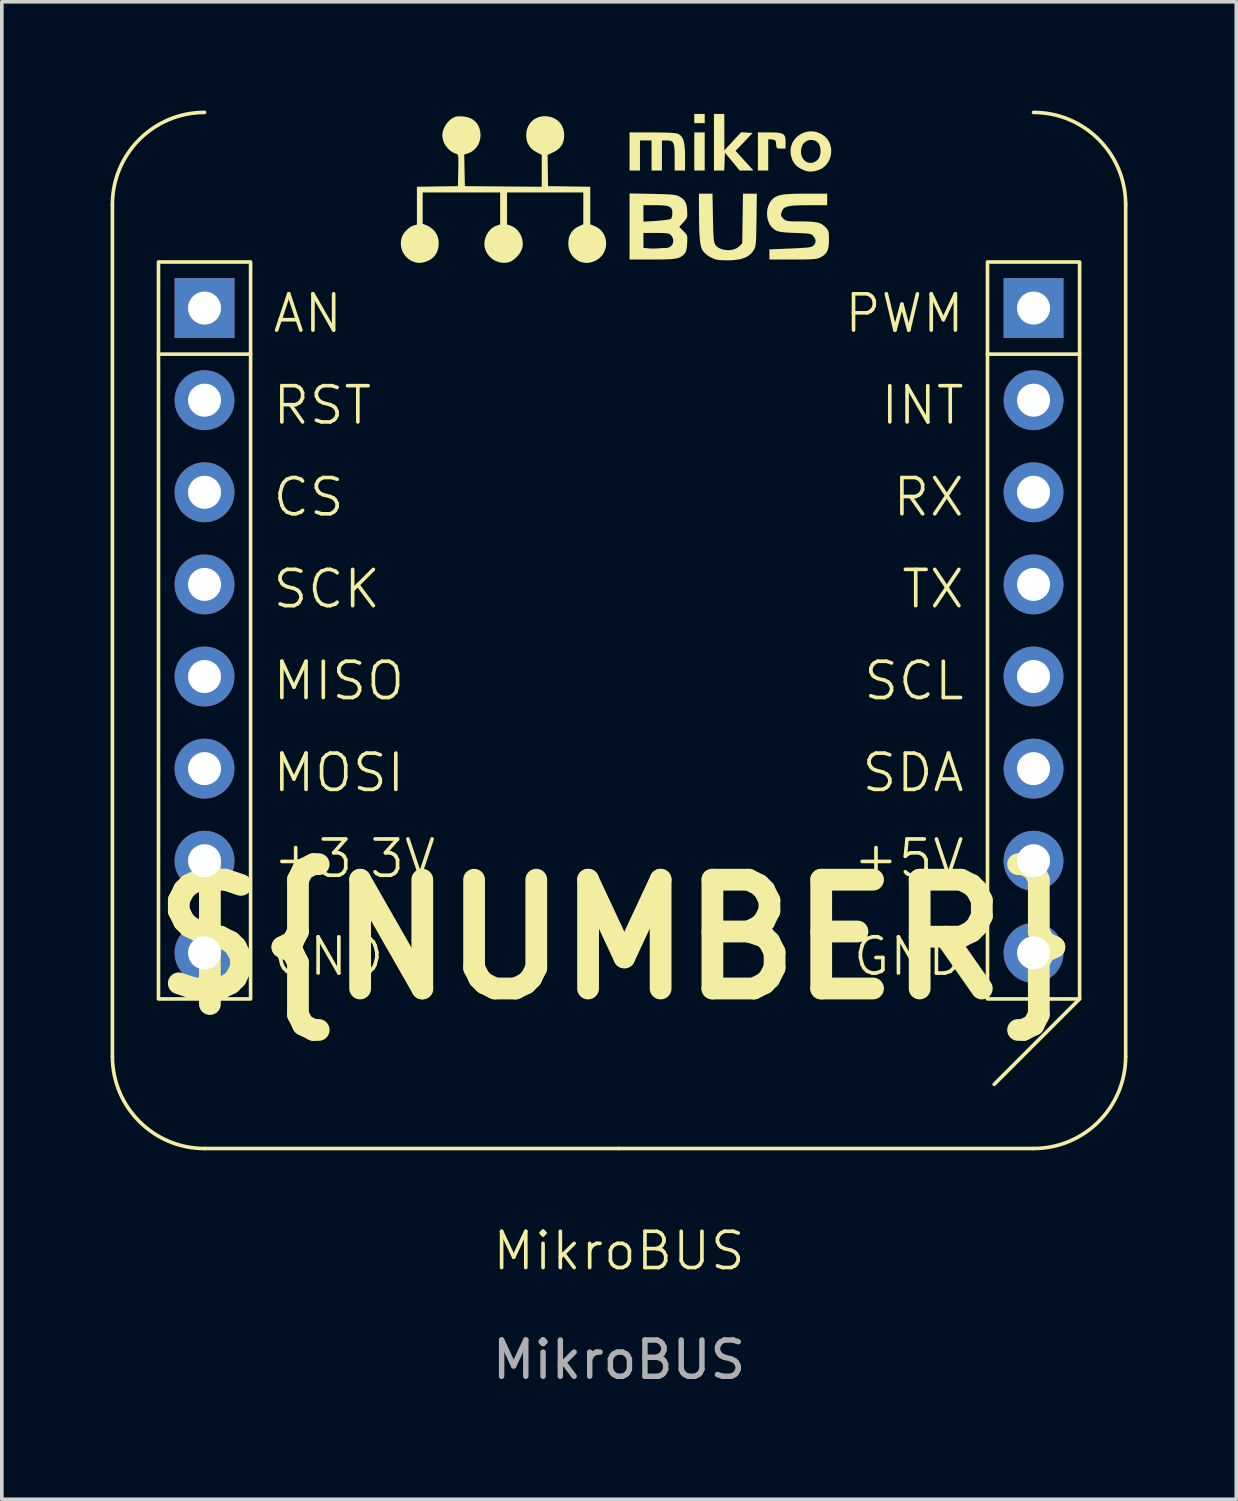
<source format=kicad_pcb>
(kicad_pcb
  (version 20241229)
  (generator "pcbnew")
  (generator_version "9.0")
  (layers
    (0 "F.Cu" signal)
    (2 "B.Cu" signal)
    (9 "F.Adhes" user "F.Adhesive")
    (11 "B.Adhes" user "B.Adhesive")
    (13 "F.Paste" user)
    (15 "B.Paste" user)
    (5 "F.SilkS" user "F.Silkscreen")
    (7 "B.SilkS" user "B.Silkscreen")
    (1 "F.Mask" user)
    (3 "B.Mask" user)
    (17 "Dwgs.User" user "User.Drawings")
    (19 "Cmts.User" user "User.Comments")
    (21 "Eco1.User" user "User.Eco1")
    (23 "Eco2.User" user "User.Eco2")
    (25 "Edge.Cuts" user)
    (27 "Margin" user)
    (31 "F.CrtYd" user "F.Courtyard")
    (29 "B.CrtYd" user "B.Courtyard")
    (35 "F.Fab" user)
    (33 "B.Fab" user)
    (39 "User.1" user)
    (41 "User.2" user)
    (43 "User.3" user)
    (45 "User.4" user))
  (footprint "MikroBUS"
    (layer "F.Cu")
    (at 14.02 5.445)
    (property "Reference" "MikroBUS" (at 0 26 0) (unlocked yes) (layer "F.SilkS") (effects (font (size 1 1) (thickness 0.1))))
    (attr smd)
    (fp_line (start -13.97 20.635) (end -13.97 -2.855) (stroke (width 0.1) (type default)) (layer "F.SilkS"))
    (fp_line (start -12.7 1.27) (end -10.16 1.27) (stroke (width 0.1) (type solid)) (layer "F.SilkS"))
    (fp_line (start 0 23.175) (end -11.43 23.175) (stroke (width 0.1) (type solid)) (layer "F.SilkS"))
    (fp_line (start 0 23.175) (end 11.43 23.175) (stroke (width 0.1) (type solid)) (layer "F.SilkS"))
    (fp_line (start 10.16 1.27) (end 12.7 1.27) (stroke (width 0.1) (type default)) (layer "F.SilkS"))
    (fp_line (start 12.7 19.05) (end 10.345 21.405) (stroke (width 0.1) (type solid)) (layer "F.SilkS"))
    (fp_line (start 13.97 20.635) (end 13.97 -2.855) (stroke (width 0.1) (type default)) (layer "F.SilkS"))
    (fp_rect (start -12.7 -1.27) (end -10.16 19.05) (stroke (width 0.1) (type solid)) (fill no) (layer "F.SilkS"))
    (fp_rect (start 10.16 -1.27) (end 12.7 19.05) (stroke (width 0.1) (type solid)) (fill no) (layer "F.SilkS"))
    (fp_arc (start -13.97 -2.855) (mid -13.226051 -4.651051) (end -11.43 -5.395) (stroke (width 0.1) (type default)) (layer "F.SilkS"))
    (fp_arc (start -11.43 23.175) (mid -13.226051 22.431051) (end -13.97 20.635) (stroke (width 0.1) (type default)) (layer "F.SilkS"))
    (fp_arc (start 11.43 -5.395) (mid 13.226051 -4.651051) (end 13.97 -2.855) (stroke (width 0.1) (type default)) (layer "F.SilkS"))
    (fp_arc (start 13.97 20.635) (mid 13.226051 22.431051) (end 11.43 23.175) (stroke (width 0.1) (type default)) (layer "F.SilkS"))
    (fp_poly (pts (xy 2.362 -5.227) (xy 2.362 -5.099) (xy 2.218 -5.099) (xy 2.075 -5.099) (xy 2.075 -5.227) (xy 2.075 -5.354) (xy 2.218 -5.354) (xy 2.362 -5.354)) (stroke (width 0) (type solid)) (fill yes) (layer "F.SilkS"))
    (fp_poly (pts (xy 2.362 -4.318) (xy 2.362 -3.793) (xy 2.218 -3.793) (xy 2.075 -3.793) (xy 2.075 -4.318) (xy 2.075 -4.844) (xy 2.218 -4.844) (xy 2.362 -4.844)) (stroke (width 0) (type solid)) (fill yes) (layer "F.SilkS"))
    (fp_poly (pts (xy 2.904 -4.852) (xy 2.904 -4.35) (xy 3.135 -4.6) (xy 3.366 -4.849) (xy 3.525 -4.839) (xy 3.684 -4.828) (xy 3.449 -4.582) (xy 3.213 -4.336) (xy 3.46 -4.064) (xy 3.706 -3.793) (xy 3.516 -3.793) (xy 3.326 -3.793) (xy 3.123 -4.039) (xy 2.919 -4.285) (xy 2.91 -4.039) (xy 2.901 -3.793) (xy 2.759 -3.793) (xy 2.617 -3.793) (xy 2.617 -4.573) (xy 2.617 -5.354) (xy 2.76 -5.354) (xy 2.903 -5.354)) (stroke (width 0) (type solid)) (fill yes) (layer "F.SilkS"))
    (fp_poly (pts (xy 0.92 -4.844) (xy 1.074 -4.843) (xy 1.208 -4.841) (xy 1.322 -4.838) (xy 1.418 -4.834) (xy 1.496 -4.828) (xy 1.556 -4.821) (xy 1.6 -4.813) (xy 1.616 -4.808) (xy 1.629 -4.803) (xy 1.642 -4.796) (xy 1.655 -4.789) (xy 1.667 -4.781) (xy 1.679 -4.772) (xy 1.69 -4.763) (xy 1.701 -4.753) (xy 1.711 -4.743) (xy 1.72 -4.731) (xy 1.729 -4.72) (xy 1.738 -4.707) (xy 1.746 -4.693) (xy 1.753 -4.679) (xy 1.761 -4.664) (xy 1.767 -4.648) (xy 1.773 -4.631) (xy 1.779 -4.613) (xy 1.784 -4.594) (xy 1.789 -4.574) (xy 1.794 -4.553) (xy 1.798 -4.531) (xy 1.802 -4.508) (xy 1.805 -4.484) (xy 1.808 -4.458) (xy 1.81 -4.431) (xy 1.815 -4.373) (xy 1.818 -4.31) (xy 1.819 -4.242) (xy 1.82 -4.167) (xy 1.82 -3.793) (xy 1.676 -3.793) (xy 1.533 -3.793) (xy 1.533 -4.157) (xy 1.532 -4.297) (xy 1.53 -4.355) (xy 1.526 -4.406) (xy 1.522 -4.45) (xy 1.515 -4.488) (xy 1.507 -4.519) (xy 1.502 -4.533) (xy 1.496 -4.546) (xy 1.49 -4.557) (xy 1.484 -4.567) (xy 1.476 -4.577) (xy 1.468 -4.585) (xy 1.459 -4.592) (xy 1.45 -4.598) (xy 1.44 -4.603) (xy 1.429 -4.607) (xy 1.404 -4.614) (xy 1.376 -4.618) (xy 1.344 -4.621) (xy 1.308 -4.621) (xy 1.182 -4.621) (xy 1.182 -4.207) (xy 1.182 -3.793) (xy 1.039 -3.793) (xy 0.896 -3.793) (xy 0.896 -4.207) (xy 0.896 -4.621) (xy 0.736 -4.621) (xy 0.577 -4.621) (xy 0.577 -4.207) (xy 0.577 -3.793) (xy 0.433 -3.793) (xy 0.29 -3.793) (xy 0.29 -4.318) (xy 0.29 -4.844)) (stroke (width 0) (type solid)) (fill yes) (layer "F.SilkS"))
    (fp_poly (pts (xy 4.211 -4.844) (xy 4.275 -4.842) (xy 4.331 -4.84) (xy 4.38 -4.836) (xy 4.423 -4.83) (xy 4.46 -4.822) (xy 4.476 -4.817) (xy 4.491 -4.812) (xy 4.505 -4.806) (xy 4.517 -4.799) (xy 4.528 -4.791) (xy 4.538 -4.783) (xy 4.547 -4.774) (xy 4.555 -4.764) (xy 4.562 -4.754) (xy 4.569 -4.742) (xy 4.574 -4.73) (xy 4.578 -4.717) (xy 4.585 -4.687) (xy 4.59 -4.653) (xy 4.592 -4.615) (xy 4.592 -4.572) (xy 4.592 -4.398) (xy 4.467 -4.398) (xy 4.445 -4.398) (xy 4.426 -4.398) (xy 4.41 -4.399) (xy 4.396 -4.4) (xy 4.389 -4.401) (xy 4.383 -4.402) (xy 4.378 -4.404) (xy 4.373 -4.405) (xy 4.368 -4.407) (xy 4.364 -4.409) (xy 4.36 -4.412) (xy 4.357 -4.414) (xy 4.354 -4.417) (xy 4.351 -4.421) (xy 4.349 -4.424) (xy 4.346 -4.429) (xy 4.344 -4.433) (xy 4.343 -4.438) (xy 4.341 -4.444) (xy 4.34 -4.45) (xy 4.337 -4.463) (xy 4.335 -4.479) (xy 4.333 -4.497) (xy 4.331 -4.518) (xy 4.33 -4.537) (xy 4.328 -4.554) (xy 4.326 -4.569) (xy 4.323 -4.583) (xy 4.322 -4.589) (xy 4.32 -4.594) (xy 4.318 -4.599) (xy 4.317 -4.604) (xy 4.314 -4.609) (xy 4.312 -4.613) (xy 4.31 -4.616) (xy 4.307 -4.62) (xy 4.304 -4.623) (xy 4.301 -4.626) (xy 4.297 -4.628) (xy 4.293 -4.631) (xy 4.289 -4.633) (xy 4.284 -4.635) (xy 4.28 -4.637) (xy 4.274 -4.638) (xy 4.263 -4.641) (xy 4.25 -4.643) (xy 4.235 -4.645) (xy 4.218 -4.647) (xy 4.114 -4.657) (xy 4.114 -4.225) (xy 4.114 -3.793) (xy 3.971 -3.793) (xy 3.828 -3.793) (xy 3.828 -4.318) (xy 3.828 -4.844) (xy 4.139 -4.844)) (stroke (width 0) (type solid)) (fill yes) (layer "F.SilkS"))
    (fp_poly (pts (xy 2.589 -2.492) (xy 2.598 -2.15) (xy 2.603 -2.029) (xy 2.609 -1.936) (xy 2.617 -1.865) (xy 2.628 -1.813) (xy 2.633 -1.793) (xy 2.64 -1.775) (xy 2.648 -1.759) (xy 2.656 -1.746) (xy 2.667 -1.73) (xy 2.68 -1.714) (xy 2.695 -1.7) (xy 2.711 -1.687) (xy 2.728 -1.674) (xy 2.746 -1.663) (xy 2.765 -1.652) (xy 2.785 -1.642) (xy 2.806 -1.634) (xy 2.827 -1.626) (xy 2.85 -1.619) (xy 2.873 -1.613) (xy 2.896 -1.608) (xy 2.92 -1.604) (xy 2.969 -1.599) (xy 3.018 -1.597) (xy 3.042 -1.598) (xy 3.066 -1.6) (xy 3.09 -1.603) (xy 3.114 -1.607) (xy 3.137 -1.612) (xy 3.16 -1.618) (xy 3.182 -1.625) (xy 3.204 -1.633) (xy 3.225 -1.641) (xy 3.245 -1.652) (xy 3.263 -1.663) (xy 3.281 -1.675) (xy 3.298 -1.688) (xy 3.313 -1.702) (xy 3.397 -1.786) (xy 3.407 -2.471) (xy 3.417 -3.155) (xy 3.608 -3.155) (xy 3.8 -3.155) (xy 3.79 -2.43) (xy 3.783 -2.023) (xy 3.778 -1.889) (xy 3.771 -1.792) (xy 3.766 -1.754) (xy 3.761 -1.721) (xy 3.755 -1.694) (xy 3.748 -1.669) (xy 3.74 -1.648) (xy 3.73 -1.628) (xy 3.707 -1.588) (xy 3.696 -1.572) (xy 3.685 -1.556) (xy 3.674 -1.541) (xy 3.661 -1.526) (xy 3.649 -1.512) (xy 3.635 -1.498) (xy 3.621 -1.485) (xy 3.607 -1.473) (xy 3.592 -1.461) (xy 3.576 -1.449) (xy 3.56 -1.438) (xy 3.543 -1.427) (xy 3.525 -1.417) (xy 3.507 -1.408) (xy 3.489 -1.399) (xy 3.469 -1.39) (xy 3.449 -1.382) (xy 3.428 -1.375) (xy 3.407 -1.368) (xy 3.385 -1.361) (xy 3.362 -1.355) (xy 3.338 -1.349) (xy 3.289 -1.339) (xy 3.237 -1.331) (xy 3.182 -1.325) (xy 3.124 -1.32) (xy 3.063 -1.318) (xy 3.007 -1.317) (xy 2.95 -1.317) (xy 2.894 -1.318) (xy 2.842 -1.32) (xy 2.794 -1.322) (xy 2.752 -1.326) (xy 2.717 -1.33) (xy 2.691 -1.335) (xy 2.691 -1.335) (xy 2.664 -1.343) (xy 2.637 -1.352) (xy 2.61 -1.362) (xy 2.583 -1.373) (xy 2.556 -1.386) (xy 2.53 -1.399) (xy 2.504 -1.413) (xy 2.479 -1.428) (xy 2.455 -1.444) (xy 2.432 -1.461) (xy 2.41 -1.478) (xy 2.389 -1.495) (xy 2.369 -1.514) (xy 2.351 -1.532) (xy 2.334 -1.551) (xy 2.319 -1.57) (xy 2.303 -1.593) (xy 2.296 -1.605) (xy 2.289 -1.619) (xy 2.283 -1.633) (xy 2.277 -1.648) (xy 2.265 -1.681) (xy 2.255 -1.719) (xy 2.246 -1.762) (xy 2.238 -1.811) (xy 2.231 -1.866) (xy 2.225 -1.927) (xy 2.22 -1.996) (xy 2.215 -2.072) (xy 2.212 -2.157) (xy 2.209 -2.25) (xy 2.207 -2.353) (xy 2.205 -2.589) (xy 2.202 -3.155) (xy 2.39 -3.155) (xy 2.577 -3.155)) (stroke (width 0) (type solid)) (fill yes) (layer "F.SilkS"))
    (fp_poly (pts (xy 5.357 -4.87) (xy 5.401 -4.864) (xy 5.445 -4.854) (xy 5.488 -4.84) (xy 5.531 -4.822) (xy 5.574 -4.801) (xy 5.616 -4.775) (xy 5.656 -4.746) (xy 5.686 -4.72) (xy 5.714 -4.693) (xy 5.738 -4.665) (xy 5.76 -4.635) (xy 5.78 -4.603) (xy 5.797 -4.571) (xy 5.812 -4.537) (xy 5.824 -4.503) (xy 5.834 -4.468) (xy 5.842 -4.432) (xy 5.847 -4.396) (xy 5.85 -4.36) (xy 5.85 -4.324) (xy 5.849 -4.287) (xy 5.845 -4.251) (xy 5.839 -4.215) (xy 5.831 -4.18) (xy 5.82 -4.145) (xy 5.808 -4.111) (xy 5.794 -4.077) (xy 5.777 -4.045) (xy 5.758 -4.014) (xy 5.738 -3.984) (xy 5.715 -3.955) (xy 5.691 -3.928) (xy 5.664 -3.903) (xy 5.636 -3.88) (xy 5.606 -3.858) (xy 5.574 -3.839) (xy 5.54 -3.822) (xy 5.505 -3.808) (xy 5.467 -3.796) (xy 5.436 -3.787) (xy 5.405 -3.78) (xy 5.377 -3.774) (xy 5.35 -3.77) (xy 5.324 -3.766) (xy 5.299 -3.765) (xy 5.274 -3.764) (xy 5.251 -3.765) (xy 5.227 -3.767) (xy 5.204 -3.77) (xy 5.18 -3.775) (xy 5.157 -3.781) (xy 5.132 -3.789) (xy 5.108 -3.798) (xy 5.082 -3.809) (xy 5.055 -3.821) (xy 5.023 -3.836) (xy 4.994 -3.852) (xy 4.967 -3.868) (xy 4.941 -3.885) (xy 4.917 -3.903) (xy 4.895 -3.922) (xy 4.874 -3.942) (xy 4.855 -3.963) (xy 4.837 -3.985) (xy 4.821 -4.009) (xy 4.806 -4.033) (xy 4.792 -4.059) (xy 4.779 -4.087) (xy 4.768 -4.116) (xy 4.758 -4.146) (xy 4.748 -4.178) (xy 4.738 -4.227) (xy 4.731 -4.274) (xy 4.73 -4.301) (xy 5.017 -4.301) (xy 5.019 -4.273) (xy 5.023 -4.246) (xy 5.029 -4.22) (xy 5.036 -4.195) (xy 5.045 -4.172) (xy 5.056 -4.149) (xy 5.068 -4.128) (xy 5.081 -4.108) (xy 5.096 -4.09) (xy 5.112 -4.073) (xy 5.129 -4.058) (xy 5.147 -4.045) (xy 5.166 -4.033) (xy 5.186 -4.023) (xy 5.207 -4.015) (xy 5.228 -4.009) (xy 5.25 -4.005) (xy 5.272 -4.003) (xy 5.295 -4.003) (xy 5.318 -4.005) (xy 5.341 -4.01) (xy 5.365 -4.017) (xy 5.388 -4.027) (xy 5.411 -4.04) (xy 5.434 -4.055) (xy 5.457 -4.072) (xy 5.48 -4.093) (xy 5.487 -4.101) (xy 5.495 -4.11) (xy 5.502 -4.12) (xy 5.508 -4.131) (xy 5.515 -4.142) (xy 5.52 -4.154) (xy 5.531 -4.179) (xy 5.539 -4.207) (xy 5.546 -4.235) (xy 5.551 -4.265) (xy 5.555 -4.296) (xy 5.556 -4.327) (xy 5.556 -4.358) (xy 5.553 -4.388) (xy 5.549 -4.418) (xy 5.543 -4.447) (xy 5.535 -4.473) (xy 5.53 -4.486) (xy 5.524 -4.498) (xy 5.519 -4.51) (xy 5.512 -4.521) (xy 5.501 -4.537) (xy 5.489 -4.553) (xy 5.476 -4.566) (xy 5.462 -4.579) (xy 5.447 -4.59) (xy 5.432 -4.6) (xy 5.416 -4.609) (xy 5.4 -4.617) (xy 5.383 -4.623) (xy 5.366 -4.628) (xy 5.349 -4.632) (xy 5.331 -4.635) (xy 5.313 -4.636) (xy 5.295 -4.637) (xy 5.277 -4.636) (xy 5.259 -4.634) (xy 5.242 -4.63) (xy 5.224 -4.626) (xy 5.207 -4.621) (xy 5.19 -4.614) (xy 5.174 -4.606) (xy 5.158 -4.597) (xy 5.142 -4.587) (xy 5.127 -4.577) (xy 5.113 -4.564) (xy 5.1 -4.551) (xy 5.087 -4.537) (xy 5.076 -4.522) (xy 5.065 -4.506) (xy 5.056 -4.488) (xy 5.048 -4.47) (xy 5.04 -4.451) (xy 5.031 -4.42) (xy 5.024 -4.389) (xy 5.02 -4.359) (xy 5.018 -4.329) (xy 5.017 -4.301) (xy 4.73 -4.301) (xy 4.728 -4.321) (xy 4.73 -4.366) (xy 4.735 -4.41) (xy 4.744 -4.453) (xy 4.756 -4.494) (xy 4.771 -4.534) (xy 4.789 -4.572) (xy 4.811 -4.609) (xy 4.835 -4.643) (xy 4.861 -4.676) (xy 4.89 -4.706) (xy 4.921 -4.735) (xy 4.954 -4.761) (xy 4.989 -4.784) (xy 5.025 -4.805) (xy 5.063 -4.824) (xy 5.103 -4.839) (xy 5.143 -4.852) (xy 5.185 -4.862) (xy 5.227 -4.869) (xy 5.27 -4.873) (xy 5.313 -4.873)) (stroke (width 0) (type solid)) (fill yes) (layer "F.SilkS"))
    (fp_poly (pts (xy 0.92 -3.149) (xy 1.091 -3.145) (xy 1.233 -3.141) (xy 1.349 -3.136) (xy 1.441 -3.129) (xy 1.514 -3.121) (xy 1.57 -3.111) (xy 1.592 -3.106) (xy 1.612 -3.1) (xy 1.629 -3.093) (xy 1.645 -3.086) (xy 1.675 -3.068) (xy 1.703 -3.051) (xy 1.729 -3.034) (xy 1.74 -3.025) (xy 1.751 -3.016) (xy 1.762 -3.007) (xy 1.772 -2.998) (xy 1.781 -2.989) (xy 1.79 -2.979) (xy 1.798 -2.969) (xy 1.806 -2.959) (xy 1.813 -2.949) (xy 1.82 -2.938) (xy 1.827 -2.926) (xy 1.832 -2.915) (xy 1.838 -2.903) (xy 1.843 -2.89) (xy 1.848 -2.877) (xy 1.852 -2.864) (xy 1.856 -2.85) (xy 1.859 -2.835) (xy 1.866 -2.804) (xy 1.871 -2.771) (xy 1.875 -2.734) (xy 1.878 -2.695) (xy 1.881 -2.63) (xy 1.882 -2.603) (xy 1.883 -2.579) (xy 1.882 -2.558) (xy 1.88 -2.538) (xy 1.877 -2.52) (xy 1.873 -2.504) (xy 1.867 -2.488) (xy 1.86 -2.473) (xy 1.851 -2.458) (xy 1.84 -2.442) (xy 1.827 -2.425) (xy 1.812 -2.407) (xy 1.775 -2.366) (xy 1.66 -2.238) (xy 1.775 -2.123) (xy 1.795 -2.102) (xy 1.813 -2.084) (xy 1.828 -2.068) (xy 1.835 -2.06) (xy 1.841 -2.053) (xy 1.847 -2.045) (xy 1.852 -2.038) (xy 1.857 -2.031) (xy 1.861 -2.024) (xy 1.865 -2.016) (xy 1.868 -2.009) (xy 1.871 -2.001) (xy 1.874 -1.993) (xy 1.876 -1.985) (xy 1.878 -1.977) (xy 1.88 -1.968) (xy 1.881 -1.958) (xy 1.882 -1.949) (xy 1.883 -1.938) (xy 1.883 -1.927) (xy 1.883 -1.915) (xy 1.883 -1.889) (xy 1.882 -1.859) (xy 1.878 -1.787) (xy 1.874 -1.73) (xy 1.872 -1.704) (xy 1.869 -1.68) (xy 1.866 -1.658) (xy 1.863 -1.637) (xy 1.859 -1.618) (xy 1.854 -1.6) (xy 1.85 -1.583) (xy 1.845 -1.568) (xy 1.839 -1.554) (xy 1.833 -1.54) (xy 1.826 -1.528) (xy 1.819 -1.517) (xy 1.811 -1.506) (xy 1.803 -1.496) (xy 1.791 -1.483) (xy 1.78 -1.471) (xy 1.768 -1.46) (xy 1.756 -1.449) (xy 1.744 -1.439) (xy 1.732 -1.43) (xy 1.718 -1.421) (xy 1.705 -1.413) (xy 1.69 -1.405) (xy 1.675 -1.398) (xy 1.659 -1.391) (xy 1.641 -1.385) (xy 1.623 -1.38) (xy 1.603 -1.374) (xy 1.582 -1.37) (xy 1.559 -1.365) (xy 1.535 -1.361) (xy 1.509 -1.358) (xy 1.482 -1.355) (xy 1.452 -1.352) (xy 1.421 -1.349) (xy 1.387 -1.347) (xy 1.313 -1.344) (xy 1.23 -1.341) (xy 1.136 -1.34) (xy 1.03 -1.339) (xy 0.913 -1.339) (xy 0.29 -1.339) (xy 0.29 -1.866) (xy 0.673 -1.866) (xy 0.673 -1.661) (xy 0.808 -1.647) (xy 0.837 -1.645) (xy 0.869 -1.643) (xy 0.903 -1.642) (xy 0.936 -1.641) (xy 0.969 -1.641) (xy 1.001 -1.642) (xy 1.03 -1.643) (xy 1.055 -1.645) (xy 1.08 -1.647) (xy 1.108 -1.65) (xy 1.169 -1.653) (xy 1.23 -1.656) (xy 1.259 -1.657) (xy 1.285 -1.657) (xy 1.285 -1.657) (xy 1.304 -1.658) (xy 1.321 -1.659) (xy 1.338 -1.663) (xy 1.355 -1.667) (xy 1.37 -1.672) (xy 1.385 -1.678) (xy 1.398 -1.685) (xy 1.411 -1.694) (xy 1.424 -1.702) (xy 1.435 -1.712) (xy 1.445 -1.723) (xy 1.454 -1.734) (xy 1.463 -1.746) (xy 1.47 -1.758) (xy 1.477 -1.771) (xy 1.482 -1.784) (xy 1.487 -1.798) (xy 1.49 -1.813) (xy 1.493 -1.827) (xy 1.494 -1.842) (xy 1.494 -1.857) (xy 1.493 -1.872) (xy 1.491 -1.887) (xy 1.488 -1.903) (xy 1.484 -1.918) (xy 1.478 -1.933) (xy 1.472 -1.949) (xy 1.464 -1.964) (xy 1.454 -1.979) (xy 1.444 -1.993) (xy 1.432 -2.008) (xy 1.419 -2.022) (xy 1.415 -2.025) (xy 1.411 -2.029) (xy 1.407 -2.032) (xy 1.402 -2.035) (xy 1.397 -2.038) (xy 1.391 -2.041) (xy 1.385 -2.043) (xy 1.379 -2.046) (xy 1.372 -2.048) (xy 1.364 -2.051) (xy 1.357 -2.053) (xy 1.348 -2.055) (xy 1.329 -2.058) (xy 1.308 -2.061) (xy 1.284 -2.064) (xy 1.257 -2.066) (xy 1.227 -2.068) (xy 1.193 -2.069) (xy 1.156 -2.07) (xy 1.115 -2.071) (xy 1.07 -2.071) (xy 1.021 -2.072) (xy 0.673 -2.072) (xy 0.673 -1.866) (xy 0.29 -1.866) (xy 0.29 -2.25) (xy 0.29 -2.609) (xy 0.673 -2.609) (xy 0.673 -2.382) (xy 1.031 -2.405) (xy 1.104 -2.41) (xy 1.173 -2.417) (xy 1.238 -2.424) (xy 1.296 -2.431) (xy 1.346 -2.439) (xy 1.386 -2.446) (xy 1.414 -2.454) (xy 1.424 -2.457) (xy 1.429 -2.461) (xy 1.429 -2.461) (xy 1.431 -2.463) (xy 1.433 -2.465) (xy 1.435 -2.467) (xy 1.437 -2.47) (xy 1.441 -2.476) (xy 1.445 -2.483) (xy 1.448 -2.491) (xy 1.452 -2.5) (xy 1.455 -2.51) (xy 1.458 -2.52) (xy 1.46 -2.531) (xy 1.462 -2.542) (xy 1.464 -2.554) (xy 1.466 -2.566) (xy 1.467 -2.578) (xy 1.468 -2.59) (xy 1.469 -2.603) (xy 1.469 -2.615) (xy 1.469 -2.632) (xy 1.468 -2.649) (xy 1.467 -2.664) (xy 1.465 -2.678) (xy 1.463 -2.692) (xy 1.46 -2.705) (xy 1.456 -2.717) (xy 1.452 -2.729) (xy 1.446 -2.739) (xy 1.44 -2.749) (xy 1.433 -2.759) (xy 1.425 -2.767) (xy 1.416 -2.775) (xy 1.406 -2.783) (xy 1.395 -2.79) (xy 1.383 -2.796) (xy 1.37 -2.802) (xy 1.355 -2.807) (xy 1.34 -2.811) (xy 1.322 -2.816) (xy 1.304 -2.819) (xy 1.284 -2.823) (xy 1.263 -2.826) (xy 1.24 -2.828) (xy 1.216 -2.83) (xy 1.19 -2.832) (xy 1.134 -2.835) (xy 1.071 -2.836) (xy 1 -2.836) (xy 0.673 -2.836) (xy 0.673 -2.609) (xy 0.29 -2.609) (xy 0.29 -3.162)) (stroke (width 0) (type solid)) (fill yes) (layer "F.SilkS"))
    (fp_poly (pts (xy 5.74 -2.996) (xy 5.74 -2.836) (xy 5.235 -2.836) (xy 5.047 -2.835) (xy 4.896 -2.83) (xy 4.832 -2.827) (xy 4.775 -2.822) (xy 4.726 -2.816) (xy 4.682 -2.808) (xy 4.645 -2.8) (xy 4.612 -2.789) (xy 4.585 -2.777) (xy 4.562 -2.764) (xy 4.542 -2.748) (xy 4.526 -2.731) (xy 4.513 -2.711) (xy 4.501 -2.69) (xy 4.492 -2.669) (xy 4.485 -2.65) (xy 4.478 -2.633) (xy 4.474 -2.617) (xy 4.472 -2.609) (xy 4.47 -2.602) (xy 4.469 -2.594) (xy 4.468 -2.588) (xy 4.468 -2.581) (xy 4.468 -2.574) (xy 4.469 -2.568) (xy 4.469 -2.561) (xy 4.471 -2.555) (xy 4.472 -2.549) (xy 4.474 -2.543) (xy 4.477 -2.537) (xy 4.48 -2.531) (xy 4.483 -2.525) (xy 4.486 -2.519) (xy 4.491 -2.512) (xy 4.5 -2.5) (xy 4.511 -2.487) (xy 4.524 -2.474) (xy 4.539 -2.459) (xy 4.551 -2.448) (xy 4.557 -2.443) (xy 4.563 -2.438) (xy 4.57 -2.434) (xy 4.576 -2.43) (xy 4.583 -2.426) (xy 4.589 -2.422) (xy 4.597 -2.419) (xy 4.604 -2.415) (xy 4.612 -2.413) (xy 4.621 -2.41) (xy 4.63 -2.407) (xy 4.639 -2.405) (xy 4.65 -2.403) (xy 4.661 -2.401) (xy 4.673 -2.399) (xy 4.686 -2.398) (xy 4.7 -2.397) (xy 4.715 -2.395) (xy 4.748 -2.393) (xy 4.785 -2.392) (xy 4.828 -2.391) (xy 4.877 -2.39) (xy 4.931 -2.39) (xy 4.993 -2.39) (xy 5.147 -2.388) (xy 5.213 -2.386) (xy 5.274 -2.383) (xy 5.329 -2.379) (xy 5.378 -2.374) (xy 5.423 -2.367) (xy 5.464 -2.359) (xy 5.501 -2.349) (xy 5.535 -2.338) (xy 5.566 -2.325) (xy 5.594 -2.31) (xy 5.621 -2.293) (xy 5.646 -2.274) (xy 5.67 -2.252) (xy 5.694 -2.229) (xy 5.709 -2.213) (xy 5.723 -2.197) (xy 5.735 -2.183) (xy 5.74 -2.176) (xy 5.745 -2.169) (xy 5.75 -2.162) (xy 5.754 -2.155) (xy 5.758 -2.148) (xy 5.762 -2.14) (xy 5.765 -2.133) (xy 5.768 -2.125) (xy 5.771 -2.117) (xy 5.774 -2.108) (xy 5.776 -2.099) (xy 5.778 -2.09) (xy 5.78 -2.08) (xy 5.781 -2.069) (xy 5.782 -2.058) (xy 5.784 -2.047) (xy 5.785 -2.021) (xy 5.786 -1.992) (xy 5.787 -1.959) (xy 5.788 -1.922) (xy 5.788 -1.881) (xy 5.787 -1.829) (xy 5.785 -1.782) (xy 5.782 -1.738) (xy 5.777 -1.698) (xy 5.77 -1.661) (xy 5.761 -1.627) (xy 5.751 -1.595) (xy 5.738 -1.567) (xy 5.723 -1.54) (xy 5.706 -1.515) (xy 5.686 -1.492) (xy 5.664 -1.471) (xy 5.639 -1.451) (xy 5.611 -1.431) (xy 5.58 -1.413) (xy 5.546 -1.394) (xy 5.529 -1.386) (xy 5.51 -1.378) (xy 5.489 -1.371) (xy 5.467 -1.366) (xy 5.441 -1.36) (xy 5.412 -1.356) (xy 5.379 -1.352) (xy 5.341 -1.349) (xy 5.297 -1.346) (xy 5.248 -1.344) (xy 5.192 -1.342) (xy 5.129 -1.341) (xy 5.058 -1.34) (xy 4.979 -1.339) (xy 4.792 -1.339) (xy 4.146 -1.338) (xy 4.146 -1.479) (xy 4.146 -1.619) (xy 4.724 -1.642) (xy 4.894 -1.65) (xy 5.029 -1.657) (xy 5.133 -1.664) (xy 5.212 -1.672) (xy 5.243 -1.677) (xy 5.27 -1.682) (xy 5.292 -1.687) (xy 5.311 -1.693) (xy 5.327 -1.7) (xy 5.34 -1.708) (xy 5.351 -1.716) (xy 5.362 -1.725) (xy 5.369 -1.732) (xy 5.375 -1.74) (xy 5.381 -1.747) (xy 5.387 -1.754) (xy 5.392 -1.761) (xy 5.396 -1.769) (xy 5.401 -1.776) (xy 5.404 -1.784) (xy 5.408 -1.791) (xy 5.41 -1.799) (xy 5.413 -1.807) (xy 5.415 -1.814) (xy 5.416 -1.822) (xy 5.417 -1.83) (xy 5.418 -1.838) (xy 5.418 -1.846) (xy 5.418 -1.854) (xy 5.417 -1.862) (xy 5.416 -1.87) (xy 5.415 -1.878) (xy 5.412 -1.886) (xy 5.41 -1.894) (xy 5.407 -1.903) (xy 5.404 -1.911) (xy 5.4 -1.92) (xy 5.395 -1.928) (xy 5.391 -1.937) (xy 5.386 -1.945) (xy 5.38 -1.954) (xy 5.374 -1.963) (xy 5.36 -1.98) (xy 5.35 -1.993) (xy 5.345 -1.999) (xy 5.339 -2.004) (xy 5.334 -2.009) (xy 5.328 -2.014) (xy 5.322 -2.018) (xy 5.316 -2.022) (xy 5.309 -2.026) (xy 5.302 -2.03) (xy 5.294 -2.033) (xy 5.286 -2.036) (xy 5.277 -2.039) (xy 5.267 -2.042) (xy 5.256 -2.045) (xy 5.244 -2.047) (xy 5.231 -2.049) (xy 5.217 -2.051) (xy 5.201 -2.053) (xy 5.185 -2.055) (xy 5.167 -2.057) (xy 5.147 -2.058) (xy 5.104 -2.061) (xy 5.054 -2.064) (xy 4.997 -2.066) (xy 4.932 -2.069) (xy 4.858 -2.072) (xy 4.734 -2.077) (xy 4.631 -2.083) (xy 4.547 -2.089) (xy 4.48 -2.097) (xy 4.451 -2.102) (xy 4.425 -2.107) (xy 4.401 -2.113) (xy 4.38 -2.119) (xy 4.36 -2.126) (xy 4.341 -2.134) (xy 4.323 -2.143) (xy 4.306 -2.153) (xy 4.281 -2.168) (xy 4.258 -2.186) (xy 4.236 -2.205) (xy 4.215 -2.226) (xy 4.196 -2.248) (xy 4.179 -2.272) (xy 4.162 -2.296) (xy 4.148 -2.323) (xy 4.134 -2.35) (xy 4.123 -2.378) (xy 4.112 -2.407) (xy 4.103 -2.436) (xy 4.096 -2.467) (xy 4.09 -2.498) (xy 4.085 -2.529) (xy 4.082 -2.56) (xy 4.081 -2.592) (xy 4.081 -2.624) (xy 4.083 -2.656) (xy 4.086 -2.687) (xy 4.091 -2.719) (xy 4.097 -2.75) (xy 4.105 -2.78) (xy 4.114 -2.81) (xy 4.125 -2.84) (xy 4.137 -2.868) (xy 4.151 -2.896) (xy 4.167 -2.922) (xy 4.184 -2.948) (xy 4.203 -2.972) (xy 4.224 -2.995) (xy 4.246 -3.017) (xy 4.258 -3.027) (xy 4.27 -3.037) (xy 4.282 -3.046) (xy 4.295 -3.055) (xy 4.309 -3.063) (xy 4.323 -3.071) (xy 4.338 -3.078) (xy 4.354 -3.085) (xy 4.371 -3.092) (xy 4.388 -3.098) (xy 4.407 -3.104) (xy 4.427 -3.109) (xy 4.448 -3.114) (xy 4.47 -3.119) (xy 4.518 -3.128) (xy 4.572 -3.135) (xy 4.632 -3.141) (xy 4.699 -3.145) (xy 4.774 -3.149) (xy 4.856 -3.152) (xy 4.948 -3.154) (xy 5.048 -3.155) (xy 5.158 -3.155) (xy 5.74 -3.155)) (stroke (width 0) (type solid)) (fill yes) (layer "F.SilkS"))
    (fp_poly (pts (xy -2.024 -5.29) (xy -1.995 -5.288) (xy -1.967 -5.285) (xy -1.939 -5.281) (xy -1.912 -5.275) (xy -1.885 -5.269) (xy -1.86 -5.261) (xy -1.835 -5.252) (xy -1.81 -5.242) (xy -1.787 -5.231) (xy -1.764 -5.219) (xy -1.743 -5.206) (xy -1.722 -5.192) (xy -1.701 -5.177) (xy -1.682 -5.161) (xy -1.664 -5.144) (xy -1.646 -5.127) (xy -1.63 -5.108) (xy -1.614 -5.089) (xy -1.6 -5.068) (xy -1.587 -5.047) (xy -1.574 -5.025) (xy -1.563 -5.002) (xy -1.553 -4.979) (xy -1.543 -4.955) (xy -1.535 -4.93) (xy -1.529 -4.905) (xy -1.523 -4.878) (xy -1.519 -4.852) (xy -1.515 -4.824) (xy -1.513 -4.796) (xy -1.513 -4.767) (xy -1.514 -4.726) (xy -1.517 -4.687) (xy -1.523 -4.649) (xy -1.531 -4.612) (xy -1.541 -4.578) (xy -1.554 -4.545) (xy -1.569 -4.513) (xy -1.587 -4.483) (xy -1.607 -4.455) (xy -1.629 -4.428) (xy -1.653 -4.403) (xy -1.681 -4.378) (xy -1.71 -4.356) (xy -1.742 -4.335) (xy -1.777 -4.315) (xy -1.814 -4.296) (xy -1.971 -4.223) (xy -1.964 -3.793) (xy -1.957 -3.362) (xy -1.375 -3.354) (xy -0.794 -3.345) (xy -0.793 -2.828) (xy -0.793 -2.311) (xy -0.671 -2.259) (xy -0.634 -2.242) (xy -0.6 -2.223) (xy -0.568 -2.202) (xy -0.538 -2.179) (xy -0.51 -2.154) (xy -0.485 -2.127) (xy -0.462 -2.099) (xy -0.441 -2.07) (xy -0.422 -2.039) (xy -0.406 -2.007) (xy -0.392 -1.974) (xy -0.38 -1.941) (xy -0.371 -1.907) (xy -0.364 -1.872) (xy -0.359 -1.837) (xy -0.357 -1.801) (xy -0.357 -1.766) (xy -0.359 -1.73) (xy -0.363 -1.695) (xy -0.37 -1.66) (xy -0.379 -1.625) (xy -0.391 -1.591) (xy -0.405 -1.558) (xy -0.421 -1.526) (xy -0.439 -1.494) (xy -0.46 -1.464) (xy -0.484 -1.435) (xy -0.509 -1.407) (xy -0.537 -1.381) (xy -0.568 -1.357) (xy -0.601 -1.334) (xy -0.636 -1.314) (xy -0.67 -1.297) (xy -0.704 -1.283) (xy -0.738 -1.271) (xy -0.773 -1.261) (xy -0.807 -1.254) (xy -0.841 -1.249) (xy -0.874 -1.247) (xy -0.908 -1.247) (xy -0.941 -1.249) (xy -0.973 -1.253) (xy -1.005 -1.259) (xy -1.036 -1.267) (xy -1.067 -1.277) (xy -1.097 -1.289) (xy -1.125 -1.303) (xy -1.153 -1.319) (xy -1.18 -1.337) (xy -1.206 -1.356) (xy -1.23 -1.377) (xy -1.253 -1.4) (xy -1.275 -1.424) (xy -1.295 -1.45) (xy -1.314 -1.477) (xy -1.331 -1.506) (xy -1.346 -1.536) (xy -1.36 -1.568) (xy -1.371 -1.601) (xy -1.381 -1.635) (xy -1.389 -1.67) (xy -1.394 -1.706) (xy -1.398 -1.744) (xy -1.399 -1.782) (xy -1.398 -1.823) (xy -1.394 -1.862) (xy -1.389 -1.9) (xy -1.381 -1.937) (xy -1.371 -1.972) (xy -1.358 -2.005) (xy -1.343 -2.037) (xy -1.327 -2.068) (xy -1.308 -2.097) (xy -1.286 -2.124) (xy -1.263 -2.149) (xy -1.237 -2.173) (xy -1.21 -2.195) (xy -1.18 -2.216) (xy -1.148 -2.235) (xy -1.114 -2.252) (xy -0.986 -2.311) (xy -0.986 -2.749) (xy -0.985 -3.187) (xy -2.036 -3.187) (xy -3.088 -3.187) (xy -3.088 -2.747) (xy -3.088 -2.307) (xy -2.978 -2.268) (xy -2.957 -2.259) (xy -2.936 -2.25) (xy -2.916 -2.239) (xy -2.896 -2.227) (xy -2.877 -2.214) (xy -2.858 -2.2) (xy -2.84 -2.185) (xy -2.823 -2.169) (xy -2.807 -2.152) (xy -2.791 -2.135) (xy -2.776 -2.116) (xy -2.761 -2.097) (xy -2.748 -2.078) (xy -2.735 -2.057) (xy -2.723 -2.036) (xy -2.712 -2.015) (xy -2.702 -1.993) (xy -2.693 -1.971) (xy -2.685 -1.948) (xy -2.678 -1.925) (xy -2.671 -1.902) (xy -2.666 -1.879) (xy -2.662 -1.855) (xy -2.659 -1.831) (xy -2.657 -1.807) (xy -2.656 -1.784) (xy -2.656 -1.76) (xy -2.657 -1.736) (xy -2.659 -1.713) (xy -2.663 -1.689) (xy -2.668 -1.666) (xy -2.674 -1.643) (xy -2.679 -1.627) (xy -2.685 -1.611) (xy -2.7 -1.579) (xy -2.716 -1.547) (xy -2.736 -1.515) (xy -2.757 -1.484) (xy -2.781 -1.454) (xy -2.806 -1.425) (xy -2.833 -1.397) (xy -2.86 -1.371) (xy -2.889 -1.347) (xy -2.918 -1.326) (xy -2.948 -1.306) (xy -2.978 -1.289) (xy -3.008 -1.276) (xy -3.022 -1.27) (xy -3.037 -1.265) (xy -3.052 -1.261) (xy -3.066 -1.258) (xy -3.102 -1.252) (xy -3.138 -1.249) (xy -3.174 -1.248) (xy -3.209 -1.25) (xy -3.243 -1.253) (xy -3.277 -1.259) (xy -3.31 -1.267) (xy -3.343 -1.276) (xy -3.374 -1.288) (xy -3.405 -1.301) (xy -3.434 -1.316) (xy -3.462 -1.333) (xy -3.49 -1.351) (xy -3.516 -1.371) (xy -3.541 -1.393) (xy -3.564 -1.415) (xy -3.586 -1.439) (xy -3.607 -1.464) (xy -3.626 -1.491) (xy -3.643 -1.518) (xy -3.658 -1.547) (xy -3.672 -1.576) (xy -3.684 -1.607) (xy -3.694 -1.638) (xy -3.702 -1.669) (xy -3.708 -1.702) (xy -3.712 -1.735) (xy -3.713 -1.768) (xy -3.712 -1.802) (xy -3.709 -1.836) (xy -3.704 -1.871) (xy -3.695 -1.905) (xy -3.686 -1.937) (xy -3.675 -1.967) (xy -3.662 -1.997) (xy -3.648 -2.026) (xy -3.632 -2.054) (xy -3.615 -2.081) (xy -3.597 -2.106) (xy -3.578 -2.131) (xy -3.557 -2.154) (xy -3.536 -2.175) (xy -3.513 -2.195) (xy -3.49 -2.213) (xy -3.466 -2.23) (xy -3.441 -2.245) (xy -3.415 -2.257) (xy -3.389 -2.268) (xy -3.279 -2.307) (xy -3.279 -2.747) (xy -3.279 -3.187) (xy -4.347 -3.187) (xy -5.415 -3.187) (xy -5.415 -2.757) (xy -5.415 -2.327) (xy -5.311 -2.283) (xy -5.289 -2.273) (xy -5.269 -2.263) (xy -5.248 -2.252) (xy -5.229 -2.241) (xy -5.21 -2.229) (xy -5.192 -2.216) (xy -5.174 -2.203) (xy -5.157 -2.19) (xy -5.141 -2.176) (xy -5.125 -2.161) (xy -5.111 -2.146) (xy -5.097 -2.131) (xy -5.083 -2.115) (xy -5.071 -2.099) (xy -5.059 -2.082) (xy -5.048 -2.065) (xy -5.037 -2.047) (xy -5.028 -2.029) (xy -5.019 -2.01) (xy -5.011 -1.991) (xy -5.003 -1.972) (xy -4.997 -1.952) (xy -4.991 -1.932) (xy -4.986 -1.912) (xy -4.982 -1.891) (xy -4.978 -1.87) (xy -4.976 -1.849) (xy -4.974 -1.827) (xy -4.973 -1.805) (xy -4.973 -1.782) (xy -4.974 -1.76) (xy -4.975 -1.737) (xy -4.979 -1.699) (xy -4.985 -1.662) (xy -4.993 -1.627) (xy -5.003 -1.594) (xy -5.015 -1.561) (xy -5.029 -1.53) (xy -5.044 -1.501) (xy -5.062 -1.473) (xy -5.081 -1.447) (xy -5.102 -1.422) (xy -5.125 -1.398) (xy -5.15 -1.376) (xy -5.177 -1.356) (xy -5.206 -1.337) (xy -5.236 -1.319) (xy -5.268 -1.304) (xy -5.3 -1.29) (xy -5.332 -1.278) (xy -5.364 -1.268) (xy -5.395 -1.26) (xy -5.426 -1.254) (xy -5.456 -1.25) (xy -5.486 -1.248) (xy -5.516 -1.247) (xy -5.545 -1.249) (xy -5.575 -1.253) (xy -5.604 -1.258) (xy -5.633 -1.266) (xy -5.662 -1.276) (xy -5.691 -1.287) (xy -5.72 -1.3) (xy -5.749 -1.316) (xy -5.749 -1.316) (xy -5.77 -1.329) (xy -5.79 -1.342) (xy -5.81 -1.357) (xy -5.829 -1.372) (xy -5.847 -1.388) (xy -5.864 -1.405) (xy -5.881 -1.423) (xy -5.896 -1.441) (xy -5.911 -1.46) (xy -5.925 -1.48) (xy -5.937 -1.5) (xy -5.949 -1.521) (xy -5.96 -1.542) (xy -5.971 -1.563) (xy -5.98 -1.585) (xy -5.988 -1.608) (xy -5.995 -1.631) (xy -6.001 -1.654) (xy -6.006 -1.677) (xy -6.011 -1.701) (xy -6.014 -1.724) (xy -6.016 -1.748) (xy -6.017 -1.772) (xy -6.017 -1.796) (xy -6.016 -1.82) (xy -6.014 -1.844) (xy -6.01 -1.868) (xy -6.006 -1.892) (xy -6 -1.916) (xy -5.994 -1.94) (xy -5.986 -1.963) (xy -5.977 -1.986) (xy -5.966 -2.009) (xy -5.953 -2.032) (xy -5.938 -2.056) (xy -5.921 -2.079) (xy -5.902 -2.102) (xy -5.881 -2.125) (xy -5.86 -2.147) (xy -5.837 -2.169) (xy -5.814 -2.189) (xy -5.791 -2.208) (xy -5.767 -2.225) (xy -5.743 -2.241) (xy -5.719 -2.255) (xy -5.696 -2.266) (xy -5.673 -2.275) (xy -5.662 -2.279) (xy -5.651 -2.282) (xy -5.574 -2.302) (xy -5.574 -2.823) (xy -5.574 -3.345) (xy -5.008 -3.354) (xy -4.443 -3.362) (xy -4.434 -3.798) (xy -4.431 -3.94) (xy -4.43 -4.048) (xy -4.431 -4.126) (xy -4.433 -4.156) (xy -4.436 -4.18) (xy -4.439 -4.199) (xy -4.444 -4.215) (xy -4.449 -4.227) (xy -4.456 -4.236) (xy -4.464 -4.243) (xy -4.474 -4.248) (xy -4.497 -4.256) (xy -4.517 -4.263) (xy -4.536 -4.27) (xy -4.555 -4.279) (xy -4.574 -4.288) (xy -4.592 -4.298) (xy -4.61 -4.309) (xy -4.627 -4.321) (xy -4.645 -4.333) (xy -4.661 -4.346) (xy -4.677 -4.36) (xy -4.693 -4.374) (xy -4.708 -4.389) (xy -4.723 -4.405) (xy -4.737 -4.421) (xy -4.751 -4.438) (xy -4.764 -4.455) (xy -4.776 -4.473) (xy -4.788 -4.491) (xy -4.799 -4.509) (xy -4.809 -4.528) (xy -4.819 -4.547) (xy -4.828 -4.567) (xy -4.836 -4.587) (xy -4.844 -4.607) (xy -4.85 -4.627) (xy -4.856 -4.647) (xy -4.861 -4.668) (xy -4.865 -4.688) (xy -4.868 -4.709) (xy -4.871 -4.73) (xy -4.872 -4.75) (xy -4.872 -4.771) (xy -4.871 -4.801) (xy -4.867 -4.831) (xy -4.861 -4.862) (xy -4.852 -4.893) (xy -4.841 -4.925) (xy -4.829 -4.956) (xy -4.814 -4.987) (xy -4.798 -5.018) (xy -4.78 -5.048) (xy -4.76 -5.077) (xy -4.739 -5.105) (xy -4.717 -5.131) (xy -4.694 -5.157) (xy -4.669 -5.18) (xy -4.644 -5.201) (xy -4.617 -5.221) (xy -4.6 -5.232) (xy -4.584 -5.242) (xy -4.569 -5.251) (xy -4.553 -5.259) (xy -4.538 -5.265) (xy -4.523 -5.271) (xy -4.507 -5.276) (xy -4.491 -5.28) (xy -4.474 -5.283) (xy -4.457 -5.285) (xy -4.437 -5.287) (xy -4.417 -5.287) (xy -4.394 -5.287) (xy -4.37 -5.287) (xy -4.343 -5.286) (xy -4.314 -5.284) (xy -4.286 -5.282) (xy -4.258 -5.279) (xy -4.231 -5.274) (xy -4.205 -5.269) (xy -4.18 -5.263) (xy -4.155 -5.255) (xy -4.131 -5.247) (xy -4.108 -5.238) (xy -4.086 -5.228) (xy -4.064 -5.217) (xy -4.044 -5.205) (xy -4.024 -5.192) (xy -4.005 -5.178) (xy -3.987 -5.163) (xy -3.969 -5.148) (xy -3.953 -5.132) (xy -3.937 -5.114) (xy -3.923 -5.096) (xy -3.909 -5.078) (xy -3.896 -5.058) (xy -3.885 -5.038) (xy -3.874 -5.017) (xy -3.864 -4.995) (xy -3.855 -4.972) (xy -3.847 -4.949) (xy -3.84 -4.925) (xy -3.835 -4.9) (xy -3.83 -4.875) (xy -3.826 -4.848) (xy -3.823 -4.822) (xy -3.822 -4.794) (xy -3.821 -4.766) (xy -3.823 -4.723) (xy -3.827 -4.681) (xy -3.835 -4.64) (xy -3.846 -4.601) (xy -3.859 -4.562) (xy -3.875 -4.525) (xy -3.894 -4.49) (xy -3.915 -4.456) (xy -3.939 -4.424) (xy -3.965 -4.395) (xy -3.993 -4.367) (xy -4.023 -4.342) (xy -4.055 -4.32) (xy -4.089 -4.3) (xy -4.124 -4.283) (xy -4.162 -4.269) (xy -4.269 -4.233) (xy -4.26 -3.798) (xy -4.251 -3.362) (xy -3.192 -3.354) (xy -2.132 -3.345) (xy -2.132 -3.784) (xy -2.132 -4.223) (xy -2.276 -4.299) (xy -2.31 -4.319) (xy -2.326 -4.329) (xy -2.342 -4.339) (xy -2.358 -4.35) (xy -2.372 -4.361) (xy -2.386 -4.373) (xy -2.4 -4.385) (xy -2.413 -4.397) (xy -2.426 -4.409) (xy -2.437 -4.422) (xy -2.449 -4.435) (xy -2.46 -4.449) (xy -2.47 -4.462) (xy -2.48 -4.476) (xy -2.489 -4.491) (xy -2.497 -4.506) (xy -2.506 -4.521) (xy -2.513 -4.536) (xy -2.52 -4.552) (xy -2.526 -4.568) (xy -2.532 -4.584) (xy -2.537 -4.601) (xy -2.542 -4.618) (xy -2.546 -4.635) (xy -2.55 -4.652) (xy -2.553 -4.67) (xy -2.556 -4.688) (xy -2.557 -4.707) (xy -2.559 -4.726) (xy -2.56 -4.765) (xy -2.559 -4.793) (xy -2.557 -4.82) (xy -2.554 -4.847) (xy -2.55 -4.874) (xy -2.545 -4.9) (xy -2.538 -4.925) (xy -2.53 -4.95) (xy -2.522 -4.974) (xy -2.512 -4.997) (xy -2.501 -5.02) (xy -2.489 -5.042) (xy -2.476 -5.063) (xy -2.462 -5.084) (xy -2.448 -5.104) (xy -2.432 -5.122) (xy -2.416 -5.14) (xy -2.398 -5.158) (xy -2.38 -5.174) (xy -2.361 -5.189) (xy -2.341 -5.203) (xy -2.321 -5.217) (xy -2.299 -5.229) (xy -2.278 -5.24) (xy -2.255 -5.251) (xy -2.232 -5.26) (xy -2.208 -5.268) (xy -2.183 -5.274) (xy -2.158 -5.28) (xy -2.133 -5.285) (xy -2.107 -5.288) (xy -2.08 -5.29) (xy -2.053 -5.29)) (stroke (width 0) (type solid)) (fill yes) (layer "F.SilkS"))
    (fp_text user "GND" (at 6.4 18.464 0) (unlocked yes) (layer "F.SilkS") (effects (font (size 1 1) (thickness 0.1)) (justify left bottom)))
    (fp_text user "SCK" (at -9.602 8.333 0) (unlocked yes) (layer "F.SilkS") (effects (font (size 1 1) (thickness 0.1)) (justify left bottom)))
    (fp_text user "SCL" (at 6.686 10.866 0) (unlocked yes) (layer "F.SilkS") (effects (font (size 1 1) (thickness 0.1)) (justify left bottom)))
    (fp_text user "TX" (at 7.734 8.333 0) (unlocked yes) (layer "F.SilkS") (effects (font (size 1 1) (thickness 0.1)) (justify left bottom)))
    (fp_text user "MISO" (at -9.602 10.866 0) (unlocked yes) (layer "F.SilkS") (effects (font (size 1 1) (thickness 0.1)) (justify left bottom)))
    (fp_text user "RX" (at 7.496 5.8 0) (unlocked yes) (layer "F.SilkS") (effects (font (size 1 1) (thickness 0.1)) (justify left bottom)))
    (fp_text user "+5V" (at 6.4 15.767 0) (unlocked yes) (layer "F.SilkS") (effects (font (size 1 1) (thickness 0.1)) (justify left bottom)))
    (fp_text user "MOSI" (at -9.602 13.399 0) (unlocked yes) (layer "F.SilkS") (effects (font (size 1 1) (thickness 0.1)) (justify left bottom)))
    (fp_text user "PWM" (at 6.162 0.734 0) (unlocked yes) (layer "F.SilkS") (effects (font (size 1 1) (thickness 0.1)) (justify left bottom)))
    (fp_text user "INT" (at 7.162 3.267 0) (unlocked yes) (layer "F.SilkS") (effects (font (size 1 1) (thickness 0.1)) (justify left bottom)))
    (fp_text user "CS" (at -9.602 5.8 0) (unlocked yes) (layer "F.SilkS") (effects (font (size 1 1) (thickness 0.1)) (justify left bottom)))
    (fp_text user "${NUMBER}" (at -0.068 19.161 0) (unlocked yes) (layer "F.SilkS") (effects (font (size 3 3) (thickness 0.6) (bold yes)) (justify bottom)))
    (fp_text user "RST" (at -9.602 3.267 0) (unlocked yes) (layer "F.SilkS") (effects (font (size 1 1) (thickness 0.1)) (justify left bottom)))
    (fp_text user "AN" (at -9.602 0.734 0) (unlocked yes) (layer "F.SilkS") (effects (font (size 1 1) (thickness 0.1)) (justify left bottom)))
    (fp_text user "+3.3V" (at -9.602 15.767 0) (unlocked yes) (layer "F.SilkS") (effects (font (size 1 1) (thickness 0.1)) (justify left bottom)))
    (fp_text user "GND" (at -9.602 18.464 0) (unlocked yes) (layer "F.SilkS") (effects (font (size 1 1) (thickness 0.1)) (justify left bottom)))
    (fp_text user "SDA" (at 6.638 13.399 0) (unlocked yes) (layer "F.SilkS") (effects (font (size 1 1) (thickness 0.1)) (justify left bottom)))
    (fp_text user "${REFERENCE}" (at 0 29 0) (unlocked yes) (layer "F.Fab") (effects (font (size 1 1) (thickness 0.15))))
    (pad "1" thru_hole rect (at -11.43 0) (size 1.65 1.65) (drill 0.91) (layers "*.Cu" "*.Mask"))
    (pad "2" thru_hole circle (at -11.43 2.54) (size 1.65 1.65) (drill 0.91) (layers "*.Cu" "*.Mask"))
    (pad "3" thru_hole circle (at -11.43 5.08) (size 1.65 1.65) (drill 0.91) (layers "*.Cu" "*.Mask"))
    (pad "4" thru_hole circle (at -11.43 7.62) (size 1.65 1.65) (drill 0.91) (layers "*.Cu" "*.Mask"))
    (pad "5" thru_hole circle (at -11.43 10.16) (size 1.65 1.65) (drill 0.91) (layers "*.Cu" "*.Mask"))
    (pad "6" thru_hole circle (at -11.43 12.7) (size 1.65 1.65) (drill 0.91) (layers "*.Cu" "*.Mask"))
    (pad "7" thru_hole circle (at -11.43 15.24) (size 1.65 1.65) (drill 0.91) (layers "*.Cu" "*.Mask"))
    (pad "8" thru_hole circle (at -11.43 17.78) (size 1.65 1.65) (drill 0.91) (layers "*.Cu" "*.Mask"))
    (pad "9" thru_hole circle (at 11.43 17.78) (size 1.65 1.65) (drill 0.91) (layers "*.Cu" "*.Mask"))
    (pad "10" thru_hole circle (at 11.43 15.24) (size 1.65 1.65) (drill 0.91) (layers "*.Cu" "*.Mask"))
    (pad "11" thru_hole circle (at 11.43 12.7) (size 1.65 1.65) (drill 0.91) (layers "*.Cu" "*.Mask"))
    (pad "12" thru_hole circle (at 11.43 10.16) (size 1.65 1.65) (drill 0.91) (layers "*.Cu" "*.Mask"))
    (pad "13" thru_hole circle (at 11.43 7.62) (size 1.65 1.65) (drill 0.91) (layers "*.Cu" "*.Mask"))
    (pad "14" thru_hole circle (at 11.43 5.08) (size 1.65 1.65) (drill 0.91) (layers "*.Cu" "*.Mask"))
    (pad "15" thru_hole circle (at 11.43 2.54) (size 1.65 1.65) (drill 0.91) (layers "*.Cu" "*.Mask"))
    (pad "16" thru_hole rect (at 11.43 0) (size 1.65 1.65) (drill 0.91) (layers "*.Cu" "*.Mask")))
  (gr_rect
    (start -3 -3)
    (end 31.04 38.293)
    (stroke (width 0.1) (type default))
    (fill no)
    (layer "Edge.Cuts")))
</source>
